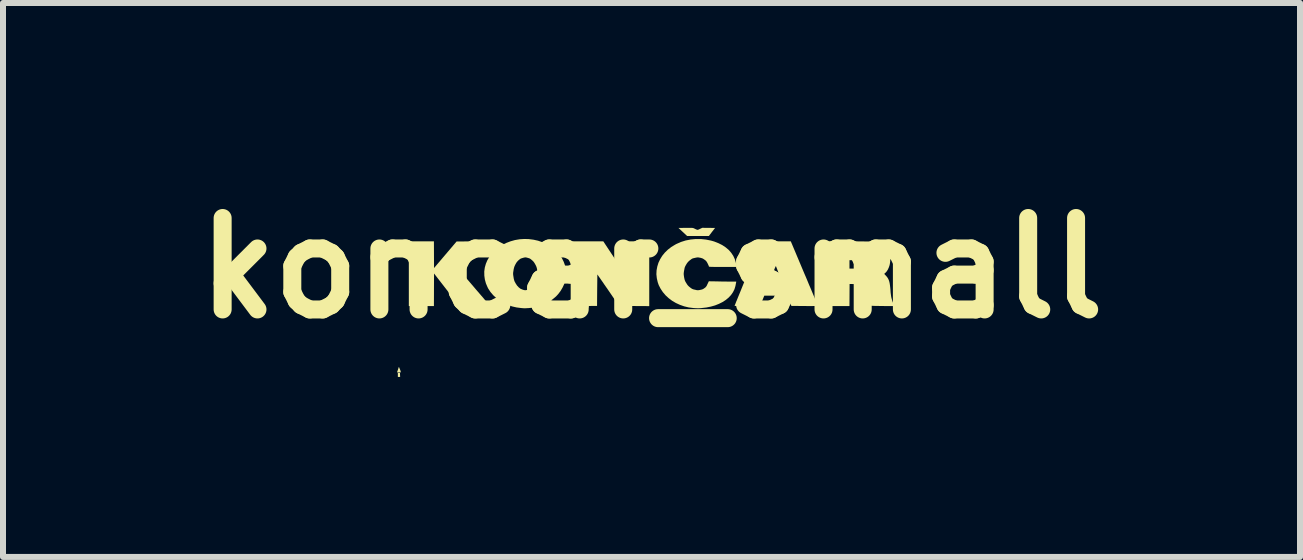
<source format=kicad_pcb>
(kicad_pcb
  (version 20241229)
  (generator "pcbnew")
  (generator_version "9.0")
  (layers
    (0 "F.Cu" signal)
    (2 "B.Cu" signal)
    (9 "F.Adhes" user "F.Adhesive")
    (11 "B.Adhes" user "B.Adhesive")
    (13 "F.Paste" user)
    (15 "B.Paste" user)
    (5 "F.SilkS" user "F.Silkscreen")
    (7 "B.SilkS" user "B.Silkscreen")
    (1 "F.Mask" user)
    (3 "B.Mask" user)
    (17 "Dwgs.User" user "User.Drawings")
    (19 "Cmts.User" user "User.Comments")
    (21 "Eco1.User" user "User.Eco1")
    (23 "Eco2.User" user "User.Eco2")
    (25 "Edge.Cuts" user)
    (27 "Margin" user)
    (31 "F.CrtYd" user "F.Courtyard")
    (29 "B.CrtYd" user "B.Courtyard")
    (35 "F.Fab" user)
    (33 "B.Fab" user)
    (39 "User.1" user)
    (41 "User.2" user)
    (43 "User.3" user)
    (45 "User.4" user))
  (footprint "koncar_small"
    (layer "F.Cu")
    (at 7.809 1.418)
    (property "Reference" "koncar_small" (at 0 0 0) (layer "F.SilkS") (effects (font (size 1.524 1.524) (thickness 0.3))))
    (attr board_only exclude_from_pos_files exclude_from_bom)
    (fp_poly (pts (xy -4.21 1.746) (xy -4.193 1.748) (xy -4.19 1.814) (xy -4.209 1.814) (xy -4.228 1.814) (xy -4.228 1.745)) (stroke (width 0) (type solid)) (fill yes) (layer "F.SilkS"))
    (fp_poly (pts (xy -4.199 1.674) (xy -4.192 1.69) (xy -4.186 1.705) (xy -4.184 1.713) (xy -4.181 1.725) (xy -4.178 1.733) (xy -4.179 1.736) (xy -4.184 1.738) (xy -4.196 1.739) (xy -4.209 1.739) (xy -4.225 1.739) (xy -4.237 1.739) (xy -4.242 1.739) (xy -4.242 1.739) (xy -4.241 1.734) (xy -4.237 1.723) (xy -4.231 1.707) (xy -4.226 1.692) (xy -4.211 1.646)) (stroke (width 0) (type solid)) (fill yes) (layer "F.SilkS"))
    (fp_poly (pts (xy 0.952 -0.67) (xy 1.059 -0.669) (xy 1.007 -0.602) (xy 0.956 -0.535) (xy 0.593 -0.535) (xy 0.521 -0.602) (xy 0.449 -0.669) (xy 0.569 -0.67) (xy 0.606 -0.67) (xy 0.635 -0.67) (xy 0.657 -0.67) (xy 0.673 -0.67) (xy 0.685 -0.669) (xy 0.694 -0.667) (xy 0.701 -0.665) (xy 0.707 -0.662) (xy 0.712 -0.66) (xy 0.734 -0.649) (xy 0.75 -0.642) (xy 0.762 -0.638) (xy 0.773 -0.638) (xy 0.784 -0.642) (xy 0.799 -0.649) (xy 0.807 -0.653) (xy 0.846 -0.671)) (stroke (width 0) (type solid)) (fill yes) (layer "F.SilkS"))
    (fp_poly (pts (xy -0.626 -0.177) (xy -0.448 0.091) (xy -0.447 -0.177) (xy -0.446 -0.446) (xy -0.038 -0.446) (xy -0.038 0.634) (xy -0.542 0.631) (xy -0.644 0.481) (xy -0.671 0.441) (xy -0.7 0.399) (xy -0.73 0.355) (xy -0.76 0.312) (xy -0.788 0.272) (xy -0.812 0.236) (xy -0.825 0.218) (xy -0.903 0.106) (xy -0.906 0.369) (xy -0.908 0.631) (xy -1.11 0.632) (xy -1.153 0.633) (xy -1.193 0.633) (xy -1.228 0.632) (xy -1.259 0.632) (xy -1.284 0.632) (xy -1.303 0.631) (xy -1.313 0.631) (xy -1.315 0.63) (xy -1.316 0.625) (xy -1.316 0.612) (xy -1.317 0.59) (xy -1.317 0.56) (xy -1.317 0.523) (xy -1.318 0.48) (xy -1.318 0.431) (xy -1.318 0.377) (xy -1.318 0.318) (xy -1.318 0.256) (xy -1.319 0.189) (xy -1.319 0.12) (xy -1.319 0.091) (xy -1.319 -0.446) (xy -0.804 -0.446)) (stroke (width 0) (type solid)) (fill yes) (layer "F.SilkS"))
    (fp_poly (pts (xy -3.626 -0.223) (xy -3.625 -0.000486) (xy -3.437 -0.222) (xy -3.249 -0.443) (xy -3.002 -0.445) (xy -2.955 -0.445) (xy -2.91 -0.445) (xy -2.87 -0.445) (xy -2.834 -0.445) (xy -2.804 -0.444) (xy -2.78 -0.444) (xy -2.764 -0.444) (xy -2.755 -0.443) (xy -2.754 -0.443) (xy -2.758 -0.439) (xy -2.766 -0.429) (xy -2.779 -0.414) (xy -2.796 -0.396) (xy -2.815 -0.376) (xy -2.819 -0.371) (xy -2.869 -0.319) (xy -2.916 -0.268) (xy -2.961 -0.22) (xy -3.002 -0.174) (xy -3.041 -0.132) (xy -3.075 -0.094) (xy -3.105 -0.06) (xy -3.131 -0.031) (xy -3.151 -0.007) (xy -3.166 0.011) (xy -3.175 0.023) (xy -3.176 0.026) (xy -3.183 0.04) (xy -3.185 0.05) (xy -3.182 0.059) (xy -3.173 0.069) (xy -3.163 0.079) (xy -3.151 0.094) (xy -3.137 0.109) (xy -3.136 0.11) (xy -3.129 0.119) (xy -3.116 0.134) (xy -3.099 0.155) (xy -3.077 0.18) (xy -3.052 0.209) (xy -3.024 0.242) (xy -2.994 0.277) (xy -2.963 0.313) (xy -2.931 0.351) (xy -2.899 0.388) (xy -2.867 0.425) (xy -2.837 0.46) (xy -2.809 0.492) (xy -2.784 0.522) (xy -2.762 0.548) (xy -2.744 0.569) (xy -2.735 0.579) (xy -2.72 0.597) (xy -2.707 0.612) (xy -2.698 0.623) (xy -2.694 0.629) (xy -2.694 0.63) (xy -2.698 0.631) (xy -2.711 0.631) (xy -2.732 0.632) (xy -2.759 0.632) (xy -2.793 0.633) (xy -2.832 0.633) (xy -2.875 0.633) (xy -2.921 0.633) (xy -2.949 0.633) (xy -3.204 0.633) (xy -3.414 0.362) (xy -3.625 0.09) (xy -3.626 0.362) (xy -3.627 0.633) (xy -4.045 0.633) (xy -4.045 -0.446) (xy -3.627 -0.446)) (stroke (width 0) (type solid)) (fill yes) (layer "F.SilkS"))
    (fp_poly (pts (xy 2.547 0.091) (xy 2.576 0.158) (xy 2.603 0.223) (xy 2.629 0.286) (xy 2.654 0.344) (xy 2.677 0.399) (xy 2.698 0.449) (xy 2.717 0.494) (xy 2.733 0.534) (xy 2.747 0.568) (xy 2.758 0.594) (xy 2.767 0.614) (xy 2.772 0.627) (xy 2.773 0.631) (xy 2.769 0.631) (xy 2.756 0.632) (xy 2.735 0.632) (xy 2.708 0.632) (xy 2.675 0.633) (xy 2.637 0.633) (xy 2.596 0.633) (xy 2.552 0.632) (xy 2.331 0.631) (xy 2.311 0.58) (xy 2.302 0.555) (xy 2.292 0.529) (xy 2.283 0.506) (xy 2.278 0.494) (xy 2.266 0.46) (xy 1.879 0.46) (xy 1.844 0.547) (xy 1.81 0.633) (xy 1.597 0.633) (xy 1.553 0.633) (xy 1.513 0.633) (xy 1.476 0.633) (xy 1.444 0.632) (xy 1.418 0.632) (xy 1.399 0.631) (xy 1.387 0.631) (xy 1.384 0.63) (xy 1.386 0.625) (xy 1.391 0.612) (xy 1.399 0.592) (xy 1.41 0.564) (xy 1.424 0.53) (xy 1.44 0.49) (xy 1.459 0.444) (xy 1.48 0.393) (xy 1.502 0.338) (xy 1.526 0.279) (xy 1.551 0.217) (xy 1.578 0.151) (xy 1.58 0.145) (xy 1.999 0.145) (xy 2.069 0.145) (xy 2.094 0.145) (xy 2.115 0.145) (xy 2.13 0.145) (xy 2.139 0.144) (xy 2.14 0.144) (xy 2.138 0.139) (xy 2.134 0.127) (xy 2.127 0.109) (xy 2.118 0.086) (xy 2.109 0.06) (xy 2.099 0.034) (xy 2.09 0.01) (xy 2.082 -0.01) (xy 2.077 -0.024) (xy 2.074 -0.03) (xy 2.073 -0.032) (xy 2.072 -0.032) (xy 2.07 -0.03) (xy 2.066 -0.023) (xy 2.062 -0.013) (xy 2.055 0.002) (xy 2.047 0.023) (xy 2.036 0.051) (xy 2.022 0.085) (xy 2.008 0.123) (xy 1.999 0.145) (xy 1.58 0.145) (xy 1.602 0.092) (xy 1.82 -0.443) (xy 2.071 -0.445) (xy 2.321 -0.446)) (stroke (width 0) (type solid)) (fill yes) (layer "F.SilkS"))
    (fp_poly (pts (xy -2.047 -0.483) (xy -1.967 -0.473) (xy -1.891 -0.456) (xy -1.818 -0.431) (xy -1.75 -0.401) (xy -1.687 -0.364) (xy -1.629 -0.322) (xy -1.577 -0.274) (xy -1.531 -0.221) (xy -1.493 -0.164) (xy -1.463 -0.103) (xy -1.44 -0.039) (xy -1.438 -0.031) (xy -1.433 -0.009) (xy -1.429 0.009) (xy -1.427 0.027) (xy -1.426 0.047) (xy -1.425 0.071) (xy -1.425 0.094) (xy -1.425 0.124) (xy -1.426 0.147) (xy -1.428 0.167) (xy -1.431 0.184) (xy -1.435 0.203) (xy -1.438 0.214) (xy -1.457 0.27) (xy -1.484 0.327) (xy -1.517 0.383) (xy -1.556 0.434) (xy -1.591 0.472) (xy -1.648 0.52) (xy -1.711 0.562) (xy -1.779 0.598) (xy -1.853 0.627) (xy -1.93 0.648) (xy -2.011 0.663) (xy -2.05 0.667) (xy -2.073 0.668) (xy -2.091 0.669) (xy -2.106 0.67) (xy -2.12 0.67) (xy -2.137 0.669) (xy -2.159 0.667) (xy -2.173 0.666) (xy -2.25 0.656) (xy -2.324 0.639) (xy -2.396 0.614) (xy -2.464 0.582) (xy -2.528 0.545) (xy -2.586 0.501) (xy -2.638 0.453) (xy -2.684 0.399) (xy -2.722 0.341) (xy -2.733 0.319) (xy -2.76 0.256) (xy -2.778 0.19) (xy -2.787 0.124) (xy -2.787 0.099) (xy -2.307 0.099) (xy -2.306 0.114) (xy -2.303 0.134) (xy -2.3 0.153) (xy -2.296 0.178) (xy -2.291 0.197) (xy -2.286 0.214) (xy -2.279 0.23) (xy -2.268 0.249) (xy -2.267 0.252) (xy -2.241 0.292) (xy -2.213 0.322) (xy -2.183 0.345) (xy -2.149 0.359) (xy -2.148 0.36) (xy -2.129 0.365) (xy -2.116 0.368) (xy -2.105 0.369) (xy -2.093 0.368) (xy -2.078 0.365) (xy -2.062 0.361) (xy -2.044 0.356) (xy -2.031 0.351) (xy -2.019 0.345) (xy -2.007 0.335) (xy -1.992 0.321) (xy -1.988 0.317) (xy -1.961 0.289) (xy -1.94 0.259) (xy -1.924 0.226) (xy -1.913 0.187) (xy -1.905 0.15) (xy -1.902 0.126) (xy -1.899 0.108) (xy -1.899 0.093) (xy -1.9 0.078) (xy -1.902 0.059) (xy -1.905 0.039) (xy -1.909 0.013) (xy -1.914 -0.007) (xy -1.92 -0.025) (xy -1.928 -0.043) (xy -1.937 -0.06) (xy -1.952 -0.086) (xy -1.966 -0.106) (xy -1.982 -0.122) (xy -1.987 -0.127) (xy -2.005 -0.142) (xy -2.019 -0.153) (xy -2.031 -0.16) (xy -2.045 -0.165) (xy -2.063 -0.17) (xy -2.069 -0.172) (xy -2.085 -0.176) (xy -2.098 -0.178) (xy -2.109 -0.178) (xy -2.122 -0.175) (xy -2.141 -0.171) (xy -2.143 -0.17) (xy -2.163 -0.164) (xy -2.178 -0.159) (xy -2.191 -0.151) (xy -2.206 -0.139) (xy -2.216 -0.131) (xy -2.232 -0.115) (xy -2.245 -0.1) (xy -2.256 -0.084) (xy -2.268 -0.062) (xy -2.271 -0.057) (xy -2.282 -0.034) (xy -2.289 -0.015) (xy -2.294 0.004) (xy -2.299 0.026) (xy -2.301 0.042) (xy -2.305 0.066) (xy -2.307 0.083) (xy -2.307 0.099) (xy -2.787 0.099) (xy -2.788 0.058) (xy -2.779 -0.008) (xy -2.761 -0.072) (xy -2.736 -0.131) (xy -2.7 -0.192) (xy -2.656 -0.249) (xy -2.606 -0.3) (xy -2.55 -0.346) (xy -2.488 -0.386) (xy -2.421 -0.419) (xy -2.35 -0.446) (xy -2.276 -0.467) (xy -2.199 -0.48) (xy -2.12 -0.485)) (stroke (width 0) (type solid)) (fill yes) (layer "F.SilkS"))
    (fp_poly (pts (xy 0.821 -0.484) (xy 0.907 -0.475) (xy 0.992 -0.458) (xy 1.044 -0.443) (xy 1.115 -0.415) (xy 1.179 -0.383) (xy 1.236 -0.345) (xy 1.286 -0.303) (xy 1.328 -0.255) (xy 1.362 -0.204) (xy 1.388 -0.148) (xy 1.404 -0.097) (xy 1.409 -0.074) (xy 1.413 -0.054) (xy 1.416 -0.038) (xy 1.417 -0.03) (xy 1.417 -0.019) (xy 1.187 -0.019) (xy 1.133 -0.019) (xy 1.088 -0.019) (xy 1.051 -0.019) (xy 1.021 -0.02) (xy 0.998 -0.02) (xy 0.981 -0.021) (xy 0.969 -0.022) (xy 0.961 -0.023) (xy 0.958 -0.024) (xy 0.957 -0.025) (xy 0.955 -0.032) (xy 0.95 -0.045) (xy 0.942 -0.062) (xy 0.937 -0.073) (xy 0.926 -0.094) (xy 0.917 -0.108) (xy 0.908 -0.12) (xy 0.895 -0.131) (xy 0.884 -0.139) (xy 0.864 -0.153) (xy 0.847 -0.162) (xy 0.827 -0.168) (xy 0.817 -0.171) (xy 0.794 -0.175) (xy 0.776 -0.178) (xy 0.76 -0.177) (xy 0.741 -0.174) (xy 0.719 -0.169) (xy 0.701 -0.165) (xy 0.687 -0.161) (xy 0.677 -0.157) (xy 0.667 -0.151) (xy 0.654 -0.141) (xy 0.636 -0.128) (xy 0.635 -0.127) (xy 0.618 -0.112) (xy 0.604 -0.097) (xy 0.59 -0.079) (xy 0.578 -0.059) (xy 0.567 -0.04) (xy 0.559 -0.024) (xy 0.553 -0.009) (xy 0.549 0.009) (xy 0.545 0.032) (xy 0.543 0.04) (xy 0.539 0.064) (xy 0.537 0.082) (xy 0.536 0.096) (xy 0.537 0.111) (xy 0.539 0.128) (xy 0.542 0.15) (xy 0.547 0.174) (xy 0.551 0.192) (xy 0.556 0.207) (xy 0.563 0.223) (xy 0.574 0.242) (xy 0.578 0.248) (xy 0.592 0.271) (xy 0.604 0.287) (xy 0.617 0.301) (xy 0.633 0.315) (xy 0.642 0.322) (xy 0.66 0.336) (xy 0.675 0.345) (xy 0.689 0.352) (xy 0.706 0.357) (xy 0.725 0.361) (xy 0.746 0.366) (xy 0.761 0.369) (xy 0.774 0.369) (xy 0.788 0.368) (xy 0.806 0.365) (xy 0.81 0.364) (xy 0.833 0.359) (xy 0.849 0.354) (xy 0.865 0.346) (xy 0.881 0.335) (xy 0.895 0.325) (xy 0.905 0.315) (xy 0.913 0.305) (xy 0.921 0.292) (xy 0.93 0.272) (xy 0.933 0.266) (xy 0.955 0.22) (xy 1.088 0.222) (xy 1.129 0.223) (xy 1.173 0.224) (xy 1.217 0.224) (xy 1.259 0.225) (xy 1.296 0.225) (xy 1.317 0.225) (xy 1.412 0.225) (xy 1.41 0.24) (xy 1.407 0.252) (xy 1.404 0.269) (xy 1.4 0.29) (xy 1.398 0.3) (xy 1.382 0.353) (xy 1.357 0.403) (xy 1.325 0.449) (xy 1.285 0.492) (xy 1.238 0.531) (xy 1.184 0.566) (xy 1.124 0.596) (xy 1.059 0.622) (xy 0.989 0.642) (xy 0.914 0.657) (xy 0.835 0.666) (xy 0.833 0.667) (xy 0.805 0.669) (xy 0.784 0.67) (xy 0.766 0.67) (xy 0.747 0.669) (xy 0.726 0.668) (xy 0.698 0.666) (xy 0.62 0.656) (xy 0.545 0.638) (xy 0.474 0.613) (xy 0.406 0.582) (xy 0.343 0.545) (xy 0.286 0.502) (xy 0.234 0.454) (xy 0.189 0.401) (xy 0.151 0.344) (xy 0.12 0.284) (xy 0.103 0.235) (xy 0.088 0.169) (xy 0.081 0.103) (xy 0.084 0.038) (xy 0.096 -0.026) (xy 0.115 -0.088) (xy 0.143 -0.147) (xy 0.178 -0.204) (xy 0.221 -0.257) (xy 0.271 -0.306) (xy 0.329 -0.351) (xy 0.393 -0.39) (xy 0.413 -0.401) (xy 0.49 -0.435) (xy 0.569 -0.46) (xy 0.652 -0.476) (xy 0.736 -0.484)) (stroke (width 0) (type solid)) (fill yes) (layer "F.SilkS"))
    (fp_poly (pts (xy 3.321 -0.446) (xy 3.386 -0.446) (xy 3.445 -0.445) (xy 3.5 -0.445) (xy 3.548 -0.444) (xy 3.589 -0.444) (xy 3.622 -0.443) (xy 3.648 -0.442) (xy 3.665 -0.441) (xy 3.669 -0.441) (xy 3.724 -0.432) (xy 3.773 -0.416) (xy 3.819 -0.392) (xy 3.858 -0.365) (xy 3.878 -0.348) (xy 3.893 -0.334) (xy 3.905 -0.321) (xy 3.917 -0.304) (xy 3.93 -0.283) (xy 3.934 -0.278) (xy 3.947 -0.255) (xy 3.956 -0.238) (xy 3.963 -0.223) (xy 3.967 -0.208) (xy 3.971 -0.19) (xy 3.973 -0.18) (xy 3.976 -0.155) (xy 3.978 -0.135) (xy 3.978 -0.114) (xy 3.975 -0.09) (xy 3.975 -0.088) (xy 3.968 -0.049) (xy 3.955 -0.011) (xy 3.939 0.025) (xy 3.919 0.056) (xy 3.901 0.076) (xy 3.878 0.097) (xy 3.9 0.12) (xy 3.92 0.142) (xy 3.936 0.164) (xy 3.949 0.188) (xy 3.96 0.216) (xy 3.968 0.248) (xy 3.974 0.286) (xy 3.979 0.331) (xy 3.982 0.364) (xy 3.985 0.409) (xy 3.99 0.447) (xy 3.995 0.482) (xy 4.003 0.514) (xy 4.013 0.548) (xy 4.027 0.585) (xy 4.043 0.626) (xy 4.043 0.628) (xy 4.042 0.629) (xy 4.039 0.631) (xy 4.033 0.632) (xy 4.023 0.633) (xy 4.008 0.633) (xy 3.988 0.633) (xy 3.961 0.633) (xy 3.927 0.633) (xy 3.885 0.633) (xy 3.854 0.632) (xy 3.81 0.632) (xy 3.77 0.631) (xy 3.734 0.631) (xy 3.703 0.63) (xy 3.679 0.629) (xy 3.662 0.628) (xy 3.653 0.626) (xy 3.652 0.626) (xy 3.644 0.62) (xy 3.633 0.609) (xy 3.621 0.596) (xy 3.613 0.584) (xy 3.606 0.573) (xy 3.599 0.559) (xy 3.594 0.543) (xy 3.589 0.522) (xy 3.584 0.497) (xy 3.578 0.464) (xy 3.572 0.424) (xy 3.571 0.416) (xy 3.566 0.384) (xy 3.562 0.359) (xy 3.559 0.341) (xy 3.556 0.328) (xy 3.552 0.318) (xy 3.548 0.309) (xy 3.543 0.3) (xy 3.541 0.298) (xy 3.535 0.289) (xy 3.53 0.282) (xy 3.523 0.277) (xy 3.515 0.273) (xy 3.504 0.271) (xy 3.488 0.269) (xy 3.466 0.268) (xy 3.438 0.267) (xy 3.402 0.267) (xy 3.397 0.267) (xy 3.301 0.265) (xy 3.3 0.449) (xy 3.299 0.633) (xy 3.093 0.633) (xy 3.05 0.633) (xy 3.01 0.633) (xy 2.974 0.633) (xy 2.942 0.632) (xy 2.917 0.632) (xy 2.898 0.631) (xy 2.887 0.631) (xy 2.884 0.63) (xy 2.884 0.625) (xy 2.883 0.612) (xy 2.883 0.59) (xy 2.883 0.56) (xy 2.882 0.523) (xy 2.882 0.48) (xy 2.882 0.431) (xy 2.882 0.377) (xy 2.881 0.318) (xy 2.881 0.256) (xy 2.881 0.189) (xy 2.881 0.12) (xy 2.881 0.091) (xy 2.881 0.009) (xy 3.299 0.009) (xy 3.403 0.009) (xy 3.438 0.009) (xy 3.465 0.009) (xy 3.486 0.008) (xy 3.502 0.007) (xy 3.513 0.005) (xy 3.523 0.003) (xy 3.531 0.001) (xy 3.545 -0.005) (xy 3.553 -0.012) (xy 3.559 -0.023) (xy 3.564 -0.033) (xy 3.569 -0.047) (xy 3.57 -0.057) (xy 3.569 -0.067) (xy 3.564 -0.081) (xy 3.563 -0.083) (xy 3.558 -0.098) (xy 3.552 -0.107) (xy 3.543 -0.113) (xy 3.528 -0.119) (xy 3.527 -0.12) (xy 3.517 -0.124) (xy 3.508 -0.127) (xy 3.498 -0.129) (xy 3.485 -0.13) (xy 3.468 -0.131) (xy 3.446 -0.131) (xy 3.417 -0.131) (xy 3.399 -0.131) (xy 3.299 -0.131) (xy 3.299 0.009) (xy 2.881 0.009) (xy 2.881 -0.446) (xy 3.251 -0.446)) (stroke (width 0) (type solid)) (fill yes) (layer "F.SilkS")))
  (gr_rect
    (start -3 -3)
    (end 18.617 6.232)
    (stroke (width 0.1) (type default))
    (fill no)
    (layer "Edge.Cuts")))
</source>
